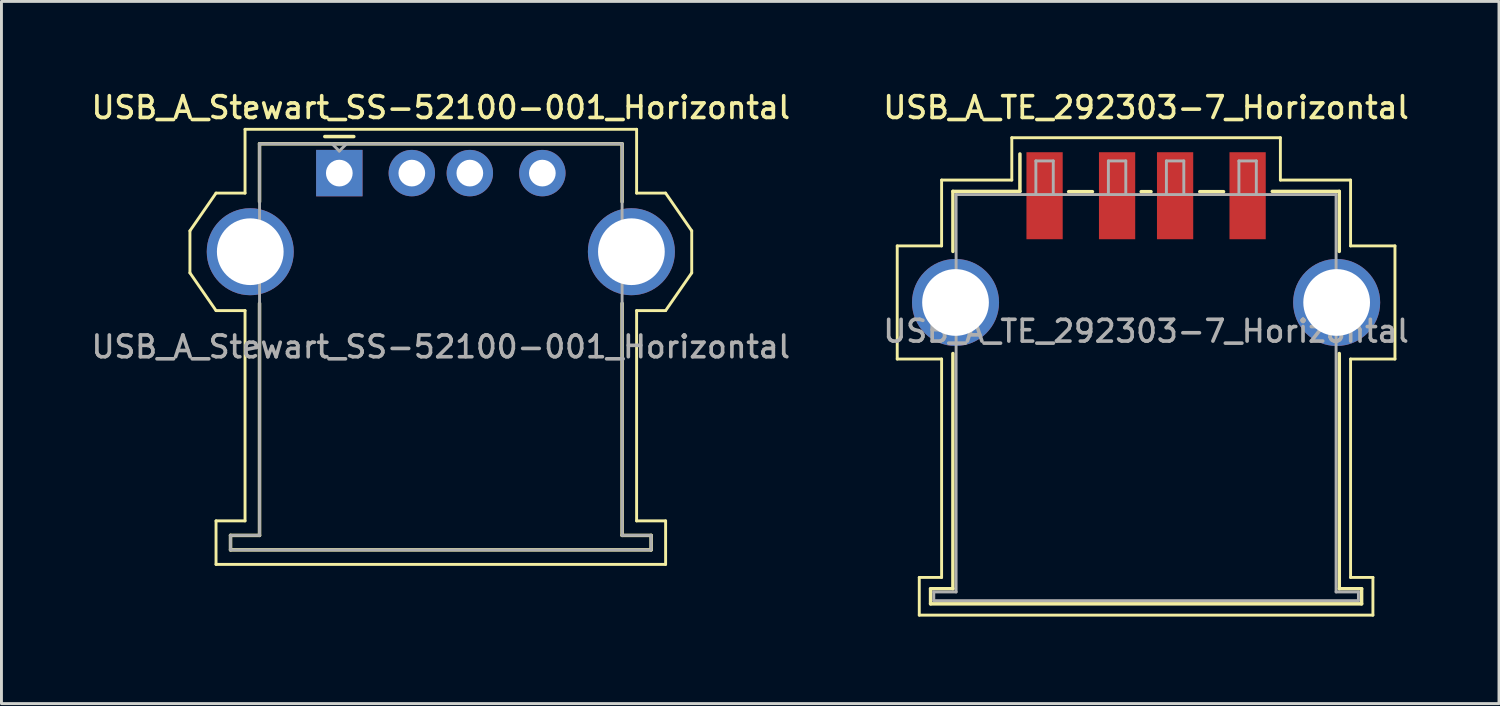
<source format=kicad_pcb>
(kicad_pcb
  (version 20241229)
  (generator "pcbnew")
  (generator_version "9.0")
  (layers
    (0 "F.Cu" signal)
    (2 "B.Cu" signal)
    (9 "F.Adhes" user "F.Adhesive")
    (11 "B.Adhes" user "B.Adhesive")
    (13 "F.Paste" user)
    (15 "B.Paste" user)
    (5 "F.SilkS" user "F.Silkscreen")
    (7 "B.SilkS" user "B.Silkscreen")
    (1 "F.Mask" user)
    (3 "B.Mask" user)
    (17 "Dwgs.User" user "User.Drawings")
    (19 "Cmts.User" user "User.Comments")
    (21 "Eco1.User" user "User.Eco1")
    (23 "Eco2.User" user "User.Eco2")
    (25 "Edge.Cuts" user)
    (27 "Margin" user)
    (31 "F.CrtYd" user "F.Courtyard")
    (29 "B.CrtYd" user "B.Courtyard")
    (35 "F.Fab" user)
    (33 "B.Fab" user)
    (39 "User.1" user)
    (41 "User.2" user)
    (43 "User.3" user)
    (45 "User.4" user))
  (footprint "USB_A_Stewart_SS-52100-001_Horizontal"
    (layer "F.Cu")
    (at 8.648 2.918)
    (property "Reference" "USB_A_Stewart_SS-52100-001_Horizontal" (at 3.5 -2.26 0) (layer "F.SilkS") (effects (font (size 0.75 0.75) (thickness 0.125))))
    (attr through_hole)
    (fp_line (start -5.15 1.99) (end -4.25 0.69) (stroke (width 0.1) (type solid)) (layer "F.SilkS"))
    (fp_line (start -5.15 3.44) (end -5.15 1.99) (stroke (width 0.1) (type solid)) (layer "F.SilkS"))
    (fp_line (start -5.15 3.44) (end -4.25 4.74) (stroke (width 0.1) (type solid)) (layer "F.SilkS"))
    (fp_line (start -4.25 11.99) (end -4.25 13.49) (stroke (width 0.1) (type solid)) (layer "F.SilkS"))
    (fp_line (start -4.25 13.49) (end 11.25 13.49) (stroke (width 0.1) (type solid)) (layer "F.SilkS"))
    (fp_line (start -3.75 12.49) (end -3.75 12.99) (stroke (width 0.12) (type solid)) (layer "F.SilkS"))
    (fp_line (start -3.75 12.99) (end 10.75 12.99) (stroke (width 0.12) (type solid)) (layer "F.SilkS"))
    (fp_line (start -3.25 0.69) (end -4.25 0.69) (stroke (width 0.1) (type solid)) (layer "F.SilkS"))
    (fp_line (start -3.25 0.69) (end -3.25 -1.51) (stroke (width 0.1) (type solid)) (layer "F.SilkS"))
    (fp_line (start -3.25 4.74) (end -4.25 4.74) (stroke (width 0.1) (type solid)) (layer "F.SilkS"))
    (fp_line (start -3.25 4.74) (end -3.25 11.99) (stroke (width 0.1) (type solid)) (layer "F.SilkS"))
    (fp_line (start -3.25 11.99) (end -4.25 11.99) (stroke (width 0.1) (type solid)) (layer "F.SilkS"))
    (fp_line (start -2.75 -1.01) (end -2.75 0.99) (stroke (width 0.12) (type solid)) (layer "F.SilkS"))
    (fp_line (start -2.75 4.49) (end -2.75 12.49) (stroke (width 0.12) (type solid)) (layer "F.SilkS"))
    (fp_line (start -2.75 12.49) (end -3.75 12.49) (stroke (width 0.12) (type solid)) (layer "F.SilkS"))
    (fp_line (start -0.5 -1.26) (end 0.5 -1.26) (stroke (width 0.12) (type solid)) (layer "F.SilkS"))
    (fp_line (start 9.75 -1.01) (end -2.75 -1.01) (stroke (width 0.12) (type solid)) (layer "F.SilkS"))
    (fp_line (start 9.75 0.99) (end 9.75 -1.01) (stroke (width 0.12) (type solid)) (layer "F.SilkS"))
    (fp_line (start 9.75 12.49) (end 9.75 4.49) (stroke (width 0.12) (type solid)) (layer "F.SilkS"))
    (fp_line (start 10.25 -1.51) (end -3.25 -1.51) (stroke (width 0.1) (type solid)) (layer "F.SilkS"))
    (fp_line (start 10.25 0.69) (end 10.25 -1.51) (stroke (width 0.1) (type solid)) (layer "F.SilkS"))
    (fp_line (start 10.25 0.69) (end 11.25 0.69) (stroke (width 0.1) (type solid)) (layer "F.SilkS"))
    (fp_line (start 10.25 4.74) (end 11.25 4.74) (stroke (width 0.1) (type solid)) (layer "F.SilkS"))
    (fp_line (start 10.25 11.99) (end 10.25 4.74) (stroke (width 0.1) (type solid)) (layer "F.SilkS"))
    (fp_line (start 10.75 12.49) (end 9.75 12.49) (stroke (width 0.12) (type solid)) (layer "F.SilkS"))
    (fp_line (start 10.75 12.99) (end 10.75 12.49) (stroke (width 0.12) (type solid)) (layer "F.SilkS"))
    (fp_line (start 11.25 11.99) (end 10.25 11.99) (stroke (width 0.1) (type solid)) (layer "F.SilkS"))
    (fp_line (start 11.25 13.49) (end 11.25 11.99) (stroke (width 0.1) (type solid)) (layer "F.SilkS"))
    (fp_line (start 12.15 1.99) (end 11.25 0.69) (stroke (width 0.1) (type solid)) (layer "F.SilkS"))
    (fp_line (start 12.15 1.99) (end 12.15 3.44) (stroke (width 0.1) (type solid)) (layer "F.SilkS"))
    (fp_line (start 12.15 3.44) (end 11.25 4.74) (stroke (width 0.1) (type solid)) (layer "F.SilkS"))
    (fp_line (start -3.75 12.49) (end -2.75 12.49) (stroke (width 0.1) (type solid)) (layer "F.Fab"))
    (fp_line (start -3.75 12.99) (end -3.75 12.49) (stroke (width 0.1) (type solid)) (layer "F.Fab"))
    (fp_line (start -3.75 12.99) (end 10.75 12.99) (stroke (width 0.1) (type solid)) (layer "F.Fab"))
    (fp_line (start -2.75 -1.01) (end 9.75 -1.01) (stroke (width 0.1) (type solid)) (layer "F.Fab"))
    (fp_line (start -2.75 12.49) (end -2.75 -1.01) (stroke (width 0.1) (type solid)) (layer "F.Fab"))
    (fp_line (start -0.25 -1.01) (end 0 -0.76) (stroke (width 0.1) (type solid)) (layer "F.Fab"))
    (fp_line (start 0 -0.76) (end 0.25 -1.01) (stroke (width 0.1) (type solid)) (layer "F.Fab"))
    (fp_line (start 9.75 12.49) (end 9.75 -1.01) (stroke (width 0.1) (type solid)) (layer "F.Fab"))
    (fp_line (start 9.75 12.49) (end 10.75 12.49) (stroke (width 0.1) (type solid)) (layer "F.Fab"))
    (fp_line (start 10.75 12.49) (end 10.75 12.99) (stroke (width 0.1) (type solid)) (layer "F.Fab"))
    (fp_text user "${REFERENCE}" (at 3.5 5.99 0) (layer "F.Fab") (effects (font (size 0.75 0.75) (thickness 0.125))))
    (pad "1" thru_hole rect (at 0 0) (size 1.6 1.6) (drill 0.92) (layers "*.Cu" "*.Mask"))
    (pad "2" thru_hole circle (at 2.5 0) (size 1.6 1.6) (drill 0.92) (layers "*.Cu" "*.Mask"))
    (pad "3" thru_hole circle (at 4.5 0) (size 1.6 1.6) (drill 0.92) (layers "*.Cu" "*.Mask"))
    (pad "4" thru_hole circle (at 7 0) (size 1.6 1.6) (drill 0.92) (layers "*.Cu" "*.Mask"))
    (pad "5" thru_hole circle (at -3.07 2.71) (size 3 3) (drill 2.3) (layers "*.Cu" "*.Mask"))
    (pad "5" thru_hole circle (at 10.07 2.71) (size 3 3) (drill 2.3) (layers "*.Cu" "*.Mask")))
  (footprint "USB_A_TE_292303-7_Horizontal"
    (layer "F.Cu")
    (at 36.463 10.078)
    (property "Reference" "USB_A_TE_292303-7_Horizontal" (at 0 -9.42 0) (layer "F.SilkS") (effects (font (size 0.75 0.75) (thickness 0.125))))
    (attr smd)
    (fp_line (start -8.58 -4.65) (end -8.58 -0.75) (stroke (width 0.1) (type solid)) (layer "F.SilkS"))
    (fp_line (start -7.82 6.78) (end -7.05 6.78) (stroke (width 0.1) (type solid)) (layer "F.SilkS"))
    (fp_line (start -7.82 8.08) (end -7.82 6.78) (stroke (width 0.1) (type solid)) (layer "F.SilkS"))
    (fp_line (start -7.82 8.08) (end 7.82 8.08) (stroke (width 0.1) (type solid)) (layer "F.SilkS"))
    (fp_line (start -7.43 7.17) (end -7.43 7.69) (stroke (width 0.12) (type solid)) (layer "F.SilkS"))
    (fp_line (start -7.43 7.69) (end 7.43 7.69) (stroke (width 0.12) (type solid)) (layer "F.SilkS"))
    (fp_line (start -7.05 -6.92) (end -7.05 -4.65) (stroke (width 0.1) (type solid)) (layer "F.SilkS"))
    (fp_line (start -7.05 -6.92) (end -4.63 -6.92) (stroke (width 0.1) (type solid)) (layer "F.SilkS"))
    (fp_line (start -7.05 -4.65) (end -8.58 -4.65) (stroke (width 0.1) (type solid)) (layer "F.SilkS"))
    (fp_line (start -7.05 -0.75) (end -8.58 -0.75) (stroke (width 0.1) (type solid)) (layer "F.SilkS"))
    (fp_line (start -7.05 6.78) (end -7.05 -0.75) (stroke (width 0.1) (type solid)) (layer "F.SilkS"))
    (fp_line (start -6.66 -6.53) (end -6.66 -4.46) (stroke (width 0.12) (type solid)) (layer "F.SilkS"))
    (fp_line (start -6.66 -6.53) (end -4.35 -6.53) (stroke (width 0.12) (type solid)) (layer "F.SilkS"))
    (fp_line (start -6.66 7.17) (end -7.43 7.17) (stroke (width 0.12) (type solid)) (layer "F.SilkS"))
    (fp_line (start -6.66 7.17) (end -6.66 -0.94) (stroke (width 0.12) (type solid)) (layer "F.SilkS"))
    (fp_line (start -4.63 -8.38) (end -4.63 -6.92) (stroke (width 0.1) (type solid)) (layer "F.SilkS"))
    (fp_line (start -4.63 -8.38) (end 4.63 -8.38) (stroke (width 0.1) (type solid)) (layer "F.SilkS"))
    (fp_line (start -4.35 -7.82) (end -4.35 -6.53) (stroke (width 0.12) (type solid)) (layer "F.SilkS"))
    (fp_line (start -2.67 -6.52) (end -1.85 -6.52) (stroke (width 0.12) (type solid)) (layer "F.SilkS"))
    (fp_line (start -0.17 -6.52) (end 0.17 -6.52) (stroke (width 0.12) (type solid)) (layer "F.SilkS"))
    (fp_line (start 1.85 -6.52) (end 2.67 -6.52) (stroke (width 0.12) (type solid)) (layer "F.SilkS"))
    (fp_line (start 4.35 -6.53) (end 6.66 -6.53) (stroke (width 0.12) (type solid)) (layer "F.SilkS"))
    (fp_line (start 4.63 -8.38) (end 4.63 -6.92) (stroke (width 0.1) (type solid)) (layer "F.SilkS"))
    (fp_line (start 4.63 -6.92) (end 7.05 -6.92) (stroke (width 0.1) (type solid)) (layer "F.SilkS"))
    (fp_line (start 6.66 -6.53) (end 6.66 -4.46) (stroke (width 0.12) (type solid)) (layer "F.SilkS"))
    (fp_line (start 6.66 -0.94) (end 6.66 7.17) (stroke (width 0.12) (type solid)) (layer "F.SilkS"))
    (fp_line (start 7.05 -6.92) (end 7.05 -4.65) (stroke (width 0.1) (type solid)) (layer "F.SilkS"))
    (fp_line (start 7.05 6.78) (end 7.05 -0.75) (stroke (width 0.1) (type solid)) (layer "F.SilkS"))
    (fp_line (start 7.43 7.17) (end 6.66 7.17) (stroke (width 0.12) (type solid)) (layer "F.SilkS"))
    (fp_line (start 7.43 7.69) (end 7.43 7.17) (stroke (width 0.12) (type solid)) (layer "F.SilkS"))
    (fp_line (start 7.82 6.78) (end 7.05 6.78) (stroke (width 0.1) (type solid)) (layer "F.SilkS"))
    (fp_line (start 7.82 8.08) (end 7.82 6.78) (stroke (width 0.1) (type solid)) (layer "F.SilkS"))
    (fp_line (start 8.58 -4.65) (end 7.05 -4.65) (stroke (width 0.1) (type solid)) (layer "F.SilkS"))
    (fp_line (start 8.58 -4.65) (end 8.58 -0.75) (stroke (width 0.1) (type solid)) (layer "F.SilkS"))
    (fp_line (start 8.58 -0.75) (end 7.05 -0.75) (stroke (width 0.1) (type solid)) (layer "F.SilkS"))
    (fp_line (start -7.32 7.28) (end -7.32 7.58) (stroke (width 0.1) (type solid)) (layer "F.Fab"))
    (fp_line (start -7.32 7.58) (end 7.32 7.58) (stroke (width 0.1) (type solid)) (layer "F.Fab"))
    (fp_line (start -6.55 -6.42) (end 6.55 -6.42) (stroke (width 0.1) (type solid)) (layer "F.Fab"))
    (fp_line (start -6.55 7.28) (end -7.32 7.28) (stroke (width 0.1) (type solid)) (layer "F.Fab"))
    (fp_line (start -6.55 7.28) (end -6.55 -6.42) (stroke (width 0.1) (type solid)) (layer "F.Fab"))
    (fp_line (start -3.8 -7.58) (end -3.8 -6.42) (stroke (width 0.1) (type solid)) (layer "F.Fab"))
    (fp_line (start -3.8 -7.58) (end -3.2 -7.58) (stroke (width 0.1) (type solid)) (layer "F.Fab"))
    (fp_line (start -3.2 -7.58) (end -3.2 -6.42) (stroke (width 0.1) (type solid)) (layer "F.Fab"))
    (fp_line (start -1.3 -7.58) (end -1.3 -6.42) (stroke (width 0.1) (type solid)) (layer "F.Fab"))
    (fp_line (start -1.3 -7.58) (end -0.7 -7.58) (stroke (width 0.1) (type solid)) (layer "F.Fab"))
    (fp_line (start -0.7 -7.58) (end -0.7 -6.42) (stroke (width 0.1) (type solid)) (layer "F.Fab"))
    (fp_line (start 0.7 -7.58) (end 0.7 -6.42) (stroke (width 0.1) (type solid)) (layer "F.Fab"))
    (fp_line (start 0.7 -7.58) (end 1.3 -7.58) (stroke (width 0.1) (type solid)) (layer "F.Fab"))
    (fp_line (start 1.3 -7.58) (end 1.3 -6.42) (stroke (width 0.1) (type solid)) (layer "F.Fab"))
    (fp_line (start 3.2 -7.58) (end 3.2 -6.42) (stroke (width 0.1) (type solid)) (layer "F.Fab"))
    (fp_line (start 3.2 -7.58) (end 3.8 -7.58) (stroke (width 0.1) (type solid)) (layer "F.Fab"))
    (fp_line (start 3.8 -7.58) (end 3.8 -6.42) (stroke (width 0.1) (type solid)) (layer "F.Fab"))
    (fp_line (start 6.55 -6.42) (end 6.55 7.28) (stroke (width 0.1) (type solid)) (layer "F.Fab"))
    (fp_line (start 7.32 7.28) (end 6.55 7.28) (stroke (width 0.1) (type solid)) (layer "F.Fab"))
    (fp_line (start 7.32 7.58) (end 7.32 7.28) (stroke (width 0.1) (type solid)) (layer "F.Fab"))
    (fp_text user "${REFERENCE}" (at 0 -1.71 0) (layer "F.Fab") (effects (font (size 0.75 0.75) (thickness 0.125))))
    (pad "1" smd rect (at -3.5 -6.38) (size 1.25 3) (layers "F.Cu" "F.Mask" "F.Paste"))
    (pad "2" smd rect (at -1 -6.38) (size 1.25 3) (layers "F.Cu" "F.Mask" "F.Paste"))
    (pad "3" smd rect (at 1 -6.38) (size 1.25 3) (layers "F.Cu" "F.Mask" "F.Paste"))
    (pad "4" smd rect (at 3.5 -6.38) (size 1.25 3) (layers "F.Cu" "F.Mask" "F.Paste"))
    (pad "5" thru_hole circle (at -6.57 -2.7) (size 3 3) (drill 2.3) (layers "*.Cu" "*.Mask"))
    (pad "5" thru_hole circle (at 6.57 -2.7) (size 3 3) (drill 2.3) (layers "*.Cu" "*.Mask")))
  (gr_rect
    (start -3 -3)
    (end 48.629 21.208)
    (stroke (width 0.1) (type default))
    (fill no)
    (layer "Edge.Cuts")))
</source>
